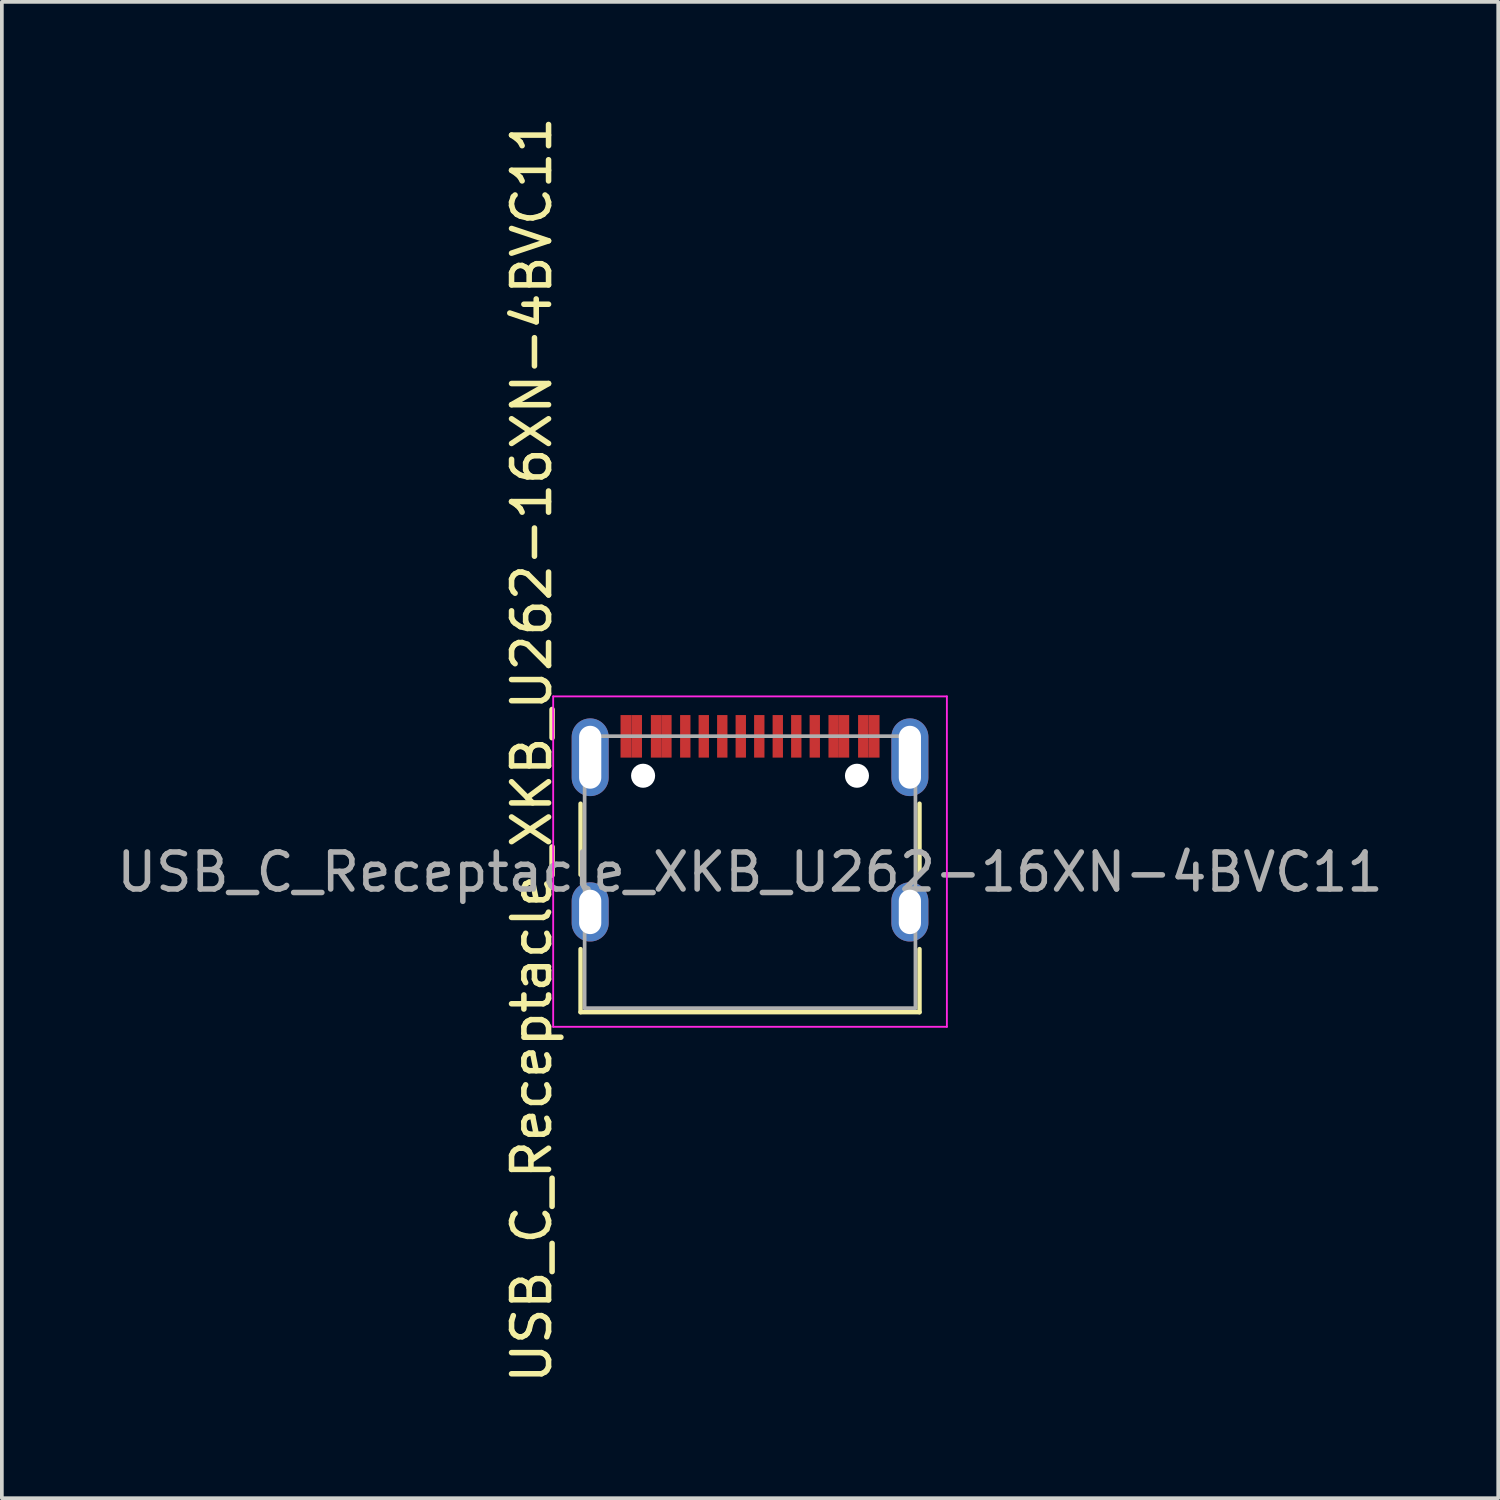
<source format=kicad_pcb>
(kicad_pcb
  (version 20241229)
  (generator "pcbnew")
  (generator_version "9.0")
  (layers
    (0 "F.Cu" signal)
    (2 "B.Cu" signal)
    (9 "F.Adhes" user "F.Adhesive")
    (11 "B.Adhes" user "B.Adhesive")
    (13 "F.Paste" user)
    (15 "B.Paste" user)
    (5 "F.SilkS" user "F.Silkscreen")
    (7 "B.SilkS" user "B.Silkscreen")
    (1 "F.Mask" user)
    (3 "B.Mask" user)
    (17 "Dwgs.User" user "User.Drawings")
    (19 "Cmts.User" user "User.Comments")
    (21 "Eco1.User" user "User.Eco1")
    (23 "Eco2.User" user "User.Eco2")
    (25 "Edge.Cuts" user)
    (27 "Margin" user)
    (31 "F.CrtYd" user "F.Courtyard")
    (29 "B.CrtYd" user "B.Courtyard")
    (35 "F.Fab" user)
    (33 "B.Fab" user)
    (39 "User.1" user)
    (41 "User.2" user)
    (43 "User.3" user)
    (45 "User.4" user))
  (footprint "USB_C_Receptacle_XKB_U262-16XN-4BVC11"
    (layer "F.Cu")
    (at 17.22 20.52)
    (property "Reference" "USB_C_Receptacle_XKB_U262-16XN-4BVC11" (at -5.9 -3.3 270) (layer "F.SilkS") (effects (font (size 1 1) (thickness 0.15))))
    (attr smd)
    (fp_line (start -4.58 -1.85) (end -4.58 0.07) (stroke (width 0.12) (type solid)) (layer "F.SilkS"))
    (fp_line (start -4.58 3.785) (end -4.58 2.08) (stroke (width 0.12) (type solid)) (layer "F.SilkS"))
    (fp_line (start 4.58 0.07) (end 4.58 -1.85) (stroke (width 0.12) (type solid)) (layer "F.SilkS"))
    (fp_line (start 4.58 2.08) (end 4.58 3.785) (stroke (width 0.12) (type solid)) (layer "F.SilkS"))
    (fp_line (start 4.58 3.785) (end -4.58 3.785) (stroke (width 0.12) (type solid)) (layer "F.SilkS"))
    (fp_line (start -5.32 -4.75) (end 5.32 -4.75) (stroke (width 0.05) (type solid)) (layer "F.CrtYd"))
    (fp_line (start -5.32 4.18) (end -5.32 -4.75) (stroke (width 0.05) (type solid)) (layer "F.CrtYd"))
    (fp_line (start 5.32 -4.75) (end 5.32 4.18) (stroke (width 0.05) (type solid)) (layer "F.CrtYd"))
    (fp_line (start 5.32 4.18) (end -5.32 4.18) (stroke (width 0.05) (type solid)) (layer "F.CrtYd"))
    (fp_line (start -4.47 -3.675) (end -4.47 3.675) (stroke (width 0.1) (type solid)) (layer "F.Fab"))
    (fp_line (start -4.47 -3.675) (end 4.47 -3.675) (stroke (width 0.1) (type solid)) (layer "F.Fab"))
    (fp_line (start -4.47 3.675) (end 4.47 3.675) (stroke (width 0.1) (type solid)) (layer "F.Fab"))
    (fp_line (start 4.47 3.675) (end 4.47 -3.675) (stroke (width 0.1) (type solid)) (layer "F.Fab"))
    (fp_text user "${REFERENCE}" (at 0 0 180) (layer "F.Fab") (effects (font (size 1 1) (thickness 0.15))))
    (pad "" np_thru_hole circle (at -2.89 -2.605) (size 0.65 0.65) (drill 0.65) (layers "*.Cu" "*.Mask"))
    (pad "" np_thru_hole circle (at 2.89 -2.605) (size 0.65 0.65) (drill 0.65) (layers "*.Cu" "*.Mask"))
    (pad "A1" smd rect (at -3.35 -3.67) (size 0.3 1.15) (layers "F.Cu" "F.Mask" "F.Paste"))
    (pad "A4" smd rect (at -2.54 -3.67) (size 0.28 1.15) (layers "F.Cu" "F.Mask" "F.Paste"))
    (pad "A5" smd rect (at -1.25 -3.67) (size 0.28 1.15) (layers "F.Cu" "F.Mask" "F.Paste"))
    (pad "A6" smd rect (at -0.25 -3.67) (size 0.28 1.15) (layers "F.Cu" "F.Mask" "F.Paste"))
    (pad "A7" smd rect (at 0.25 -3.67) (size 0.28 1.15) (layers "F.Cu" "F.Mask" "F.Paste"))
    (pad "A8" smd rect (at 1.25 -3.67) (size 0.28 1.15) (layers "F.Cu" "F.Mask" "F.Paste"))
    (pad "A9" smd rect (at 2.54 -3.67) (size 0.28 1.15) (layers "F.Cu" "F.Mask" "F.Paste"))
    (pad "A12" smd rect (at 3.35 -3.67) (size 0.3 1.15) (layers "F.Cu" "F.Mask" "F.Paste"))
    (pad "B1" smd rect (at 3.06 -3.67) (size 0.28 1.15) (layers "F.Cu" "F.Mask" "F.Paste"))
    (pad "B4" smd rect (at 2.26 -3.67) (size 0.28 1.15) (layers "F.Cu" "F.Mask" "F.Paste"))
    (pad "B5" smd rect (at 1.75 -3.67) (size 0.28 1.15) (layers "F.Cu" "F.Mask" "F.Paste"))
    (pad "B6" smd rect (at 0.75 -3.67) (size 0.28 1.15) (layers "F.Cu" "F.Mask" "F.Paste"))
    (pad "B7" smd rect (at -0.75 -3.67) (size 0.28 1.15) (layers "F.Cu" "F.Mask" "F.Paste"))
    (pad "B8" smd rect (at -1.75 -3.67) (size 0.28 1.15) (layers "F.Cu" "F.Mask" "F.Paste"))
    (pad "B9" smd rect (at -2.26 -3.67) (size 0.28 1.15) (layers "F.Cu" "F.Mask" "F.Paste"))
    (pad "B12" smd rect (at -3.06 -3.67) (size 0.28 1.15) (layers "F.Cu" "F.Mask" "F.Paste"))
    (pad "S1" thru_hole oval (at -4.32 -3.105) (size 1 2.1) (drill oval 0.6 1.7) (layers "*.Cu" "*.Mask"))
    (pad "S1" thru_hole oval (at -4.32 1.075) (size 1 1.6) (drill oval 0.6 1.2) (layers "*.Cu" "*.Mask"))
    (pad "S1" thru_hole oval (at 4.32 -3.105) (size 1 2.1) (drill oval 0.6 1.7) (layers "*.Cu" "*.Mask"))
    (pad "S1" thru_hole oval (at 4.32 1.075) (size 1 1.6) (drill oval 0.6 1.2) (layers "*.Cu" "*.Mask")))
  (gr_rect
    (start -3 -3)
    (end 37.44 37.44)
    (stroke (width 0.1) (type default))
    (fill no)
    (layer "Edge.Cuts")))
</source>
